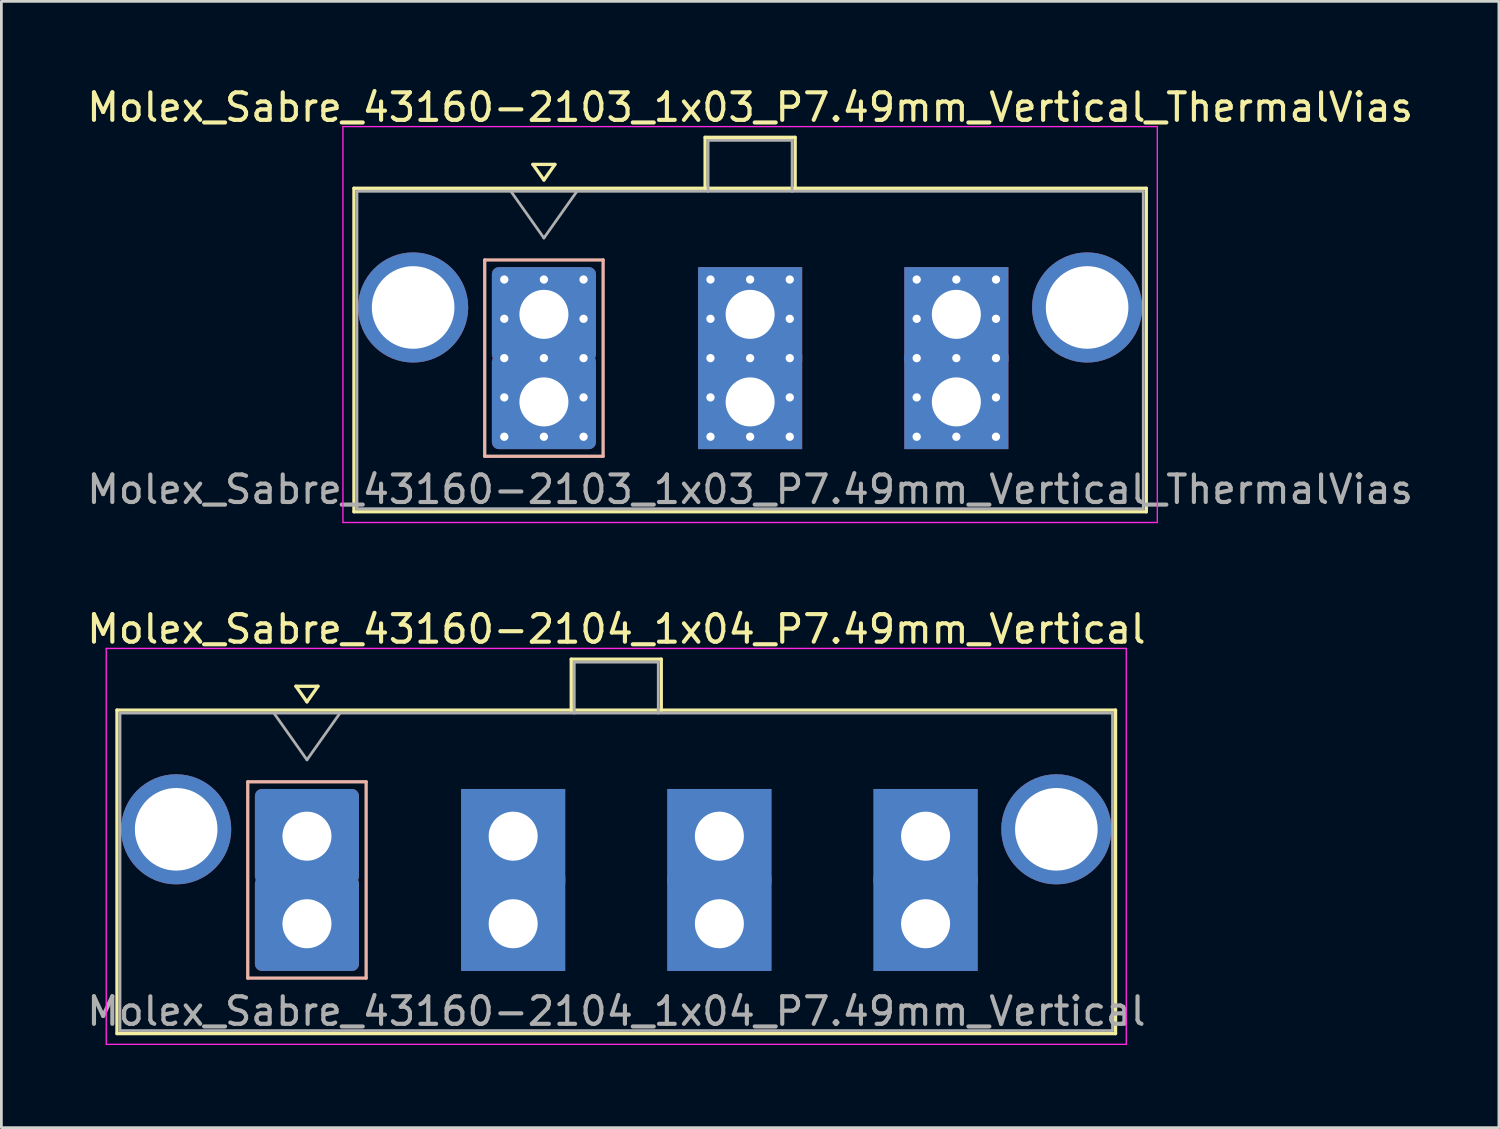
<source format=kicad_pcb>
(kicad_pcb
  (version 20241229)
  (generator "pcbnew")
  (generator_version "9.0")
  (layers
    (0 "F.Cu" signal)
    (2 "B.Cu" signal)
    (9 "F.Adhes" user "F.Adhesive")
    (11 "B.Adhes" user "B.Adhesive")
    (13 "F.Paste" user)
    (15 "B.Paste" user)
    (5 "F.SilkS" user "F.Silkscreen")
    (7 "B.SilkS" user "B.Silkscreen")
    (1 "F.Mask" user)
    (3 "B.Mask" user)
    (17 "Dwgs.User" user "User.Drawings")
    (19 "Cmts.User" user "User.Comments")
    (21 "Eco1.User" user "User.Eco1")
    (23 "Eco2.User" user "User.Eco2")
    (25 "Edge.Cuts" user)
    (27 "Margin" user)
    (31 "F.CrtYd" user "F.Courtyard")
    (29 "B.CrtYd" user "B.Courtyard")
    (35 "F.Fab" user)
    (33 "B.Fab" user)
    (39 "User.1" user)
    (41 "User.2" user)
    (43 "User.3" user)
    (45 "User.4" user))
  (footprint "Molex_Sabre_43160-2104_1x04_P7.49mm_Vertical"
    (layer "F.Cu")
    (at 8.099 30.502)
    (property "Reference" "Molex_Sabre_43160-2104_1x04_P7.49mm_Vertical" (at 11.24 -10.7 0) (layer "F.SilkS") (effects (font (size 1 1) (thickness 0.15))))
    (attr through_hole)
    (fp_line (start -6.9 -7.76) (end -6.9 3.99) (stroke (width 0.12) (type solid)) (layer "F.SilkS"))
    (fp_line (start -6.9 3.99) (end 29.37 3.99) (stroke (width 0.12) (type solid)) (layer "F.SilkS"))
    (fp_line (start -0.4 -8.626) (end 0 -8.06) (stroke (width 0.12) (type solid)) (layer "F.SilkS"))
    (fp_line (start 0 -8.06) (end 0.4 -8.626) (stroke (width 0.12) (type solid)) (layer "F.SilkS"))
    (fp_line (start 0.4 -8.626) (end -0.4 -8.626) (stroke (width 0.12) (type solid)) (layer "F.SilkS"))
    (fp_line (start 9.6 -9.61) (end 12.87 -9.61) (stroke (width 0.12) (type solid)) (layer "F.SilkS"))
    (fp_line (start 9.6 -7.76) (end 9.6 -9.61) (stroke (width 0.12) (type solid)) (layer "F.SilkS"))
    (fp_line (start 12.87 -9.61) (end 12.87 -7.76) (stroke (width 0.12) (type solid)) (layer "F.SilkS"))
    (fp_line (start 29.37 -7.76) (end -6.9 -7.76) (stroke (width 0.12) (type solid)) (layer "F.SilkS"))
    (fp_line (start 29.37 3.99) (end 29.37 -7.76) (stroke (width 0.12) (type solid)) (layer "F.SilkS"))
    (fp_line (start -2.15 -5.155) (end -2.15 1.975) (stroke (width 0.12) (type solid)) (layer "B.SilkS"))
    (fp_line (start -2.15 1.975) (end 2.15 1.975) (stroke (width 0.12) (type solid)) (layer "B.SilkS"))
    (fp_line (start 2.15 -5.155) (end -2.15 -5.155) (stroke (width 0.12) (type solid)) (layer "B.SilkS"))
    (fp_line (start 2.15 1.975) (end 2.15 -5.155) (stroke (width 0.12) (type solid)) (layer "B.SilkS"))
    (fp_line (start -7.29 -10) (end -7.29 4.38) (stroke (width 0.05) (type solid)) (layer "F.CrtYd"))
    (fp_line (start -7.29 4.38) (end 29.76 4.38) (stroke (width 0.05) (type solid)) (layer "F.CrtYd"))
    (fp_line (start 29.76 -10) (end -7.29 -10) (stroke (width 0.05) (type solid)) (layer "F.CrtYd"))
    (fp_line (start 29.76 4.38) (end 29.76 -10) (stroke (width 0.05) (type solid)) (layer "F.CrtYd"))
    (fp_line (start -6.79 -7.65) (end -6.79 3.88) (stroke (width 0.1) (type solid)) (layer "F.Fab"))
    (fp_line (start -6.79 3.88) (end 29.26 3.88) (stroke (width 0.1) (type solid)) (layer "F.Fab"))
    (fp_line (start -1.2 -7.65) (end 0 -5.953) (stroke (width 0.1) (type solid)) (layer "F.Fab"))
    (fp_line (start 0 -5.953) (end 1.2 -7.65) (stroke (width 0.1) (type solid)) (layer "F.Fab"))
    (fp_line (start 9.71 -9.5) (end 12.76 -9.5) (stroke (width 0.1) (type solid)) (layer "F.Fab"))
    (fp_line (start 9.71 -7.65) (end 9.71 -9.5) (stroke (width 0.1) (type solid)) (layer "F.Fab"))
    (fp_line (start 12.76 -9.5) (end 12.76 -7.65) (stroke (width 0.1) (type solid)) (layer "F.Fab"))
    (fp_line (start 29.26 -7.65) (end -6.79 -7.65) (stroke (width 0.1) (type solid)) (layer "F.Fab"))
    (fp_line (start 29.26 3.88) (end 29.26 -7.65) (stroke (width 0.1) (type solid)) (layer "F.Fab"))
    (fp_text user "${REFERENCE}" (at 11.24 3.18 0) (layer "F.Fab") (effects (font (size 1 1) (thickness 0.15))))
    (pad "" thru_hole circle (at -4.75 -3.43) (size 4 4) (drill 3) (layers "*.Cu" "*.Mask"))
    (pad "" thru_hole circle (at 27.22 -3.43) (size 4 4) (drill 3) (layers "*.Cu" "*.Mask"))
    (pad "1" thru_hole roundrect (at 0 -3.18) (size 3.78 3.43) (drill 1.78) (layers "*.Cu" "*.Mask") (roundrect_rratio 0.073))
    (pad "1" thru_hole roundrect (at 0 0) (size 3.78 3.43) (drill 1.78) (layers "*.Cu" "*.Mask") (roundrect_rratio 0.073))
    (pad "2" thru_hole rect (at 7.49 -3.18) (size 3.78 3.43) (drill 1.78) (layers "*.Cu" "*.Mask"))
    (pad "2" thru_hole rect (at 7.49 0) (size 3.78 3.43) (drill 1.78) (layers "*.Cu" "*.Mask"))
    (pad "3" thru_hole rect (at 14.98 -3.18) (size 3.78 3.43) (drill 1.78) (layers "*.Cu" "*.Mask"))
    (pad "3" thru_hole rect (at 14.98 0) (size 3.78 3.43) (drill 1.78) (layers "*.Cu" "*.Mask"))
    (pad "4" thru_hole rect (at 22.47 -3.18) (size 3.78 3.43) (drill 1.78) (layers "*.Cu" "*.Mask"))
    (pad "4" thru_hole rect (at 22.47 0) (size 3.78 3.43) (drill 1.78) (layers "*.Cu" "*.Mask")))
  (footprint "Molex_Sabre_43160-2103_1x03_P7.49mm_Vertical_ThermalVias"
    (layer "F.Cu")
    (at 16.706 11.548)
    (property "Reference" "Molex_Sabre_43160-2103_1x03_P7.49mm_Vertical_ThermalVias" (at 7.49 -10.7 0) (layer "F.SilkS") (effects (font (size 1 1) (thickness 0.15))))
    (attr through_hole)
    (fp_line (start -6.9 -7.76) (end -6.9 3.99) (stroke (width 0.12) (type solid)) (layer "F.SilkS"))
    (fp_line (start -6.9 3.99) (end 21.88 3.99) (stroke (width 0.12) (type solid)) (layer "F.SilkS"))
    (fp_line (start -0.4 -8.626) (end 0 -8.06) (stroke (width 0.12) (type solid)) (layer "F.SilkS"))
    (fp_line (start 0 -8.06) (end 0.4 -8.626) (stroke (width 0.12) (type solid)) (layer "F.SilkS"))
    (fp_line (start 0.4 -8.626) (end -0.4 -8.626) (stroke (width 0.12) (type solid)) (layer "F.SilkS"))
    (fp_line (start 5.855 -9.61) (end 9.125 -9.61) (stroke (width 0.12) (type solid)) (layer "F.SilkS"))
    (fp_line (start 5.855 -7.76) (end 5.855 -9.61) (stroke (width 0.12) (type solid)) (layer "F.SilkS"))
    (fp_line (start 9.125 -9.61) (end 9.125 -7.76) (stroke (width 0.12) (type solid)) (layer "F.SilkS"))
    (fp_line (start 21.88 -7.76) (end -6.9 -7.76) (stroke (width 0.12) (type solid)) (layer "F.SilkS"))
    (fp_line (start 21.88 3.99) (end 21.88 -7.76) (stroke (width 0.12) (type solid)) (layer "F.SilkS"))
    (fp_line (start -2.15 -5.155) (end -2.15 1.975) (stroke (width 0.12) (type solid)) (layer "B.SilkS"))
    (fp_line (start -2.15 1.975) (end 2.15 1.975) (stroke (width 0.12) (type solid)) (layer "B.SilkS"))
    (fp_line (start 2.15 -5.155) (end -2.15 -5.155) (stroke (width 0.12) (type solid)) (layer "B.SilkS"))
    (fp_line (start 2.15 1.975) (end 2.15 -5.155) (stroke (width 0.12) (type solid)) (layer "B.SilkS"))
    (fp_line (start -7.3 -10) (end -7.3 4.38) (stroke (width 0.05) (type solid)) (layer "F.CrtYd"))
    (fp_line (start -7.3 4.38) (end 22.28 4.38) (stroke (width 0.05) (type solid)) (layer "F.CrtYd"))
    (fp_line (start 22.28 -10) (end -7.3 -10) (stroke (width 0.05) (type solid)) (layer "F.CrtYd"))
    (fp_line (start 22.28 4.38) (end 22.28 -10) (stroke (width 0.05) (type solid)) (layer "F.CrtYd"))
    (fp_line (start -6.79 -7.65) (end -6.79 3.88) (stroke (width 0.1) (type solid)) (layer "F.Fab"))
    (fp_line (start -6.79 3.88) (end 21.77 3.88) (stroke (width 0.1) (type solid)) (layer "F.Fab"))
    (fp_line (start -1.2 -7.65) (end 0 -5.953) (stroke (width 0.1) (type solid)) (layer "F.Fab"))
    (fp_line (start 0 -5.953) (end 1.2 -7.65) (stroke (width 0.1) (type solid)) (layer "F.Fab"))
    (fp_line (start 5.965 -9.5) (end 9.015 -9.5) (stroke (width 0.1) (type solid)) (layer "F.Fab"))
    (fp_line (start 5.965 -7.65) (end 5.965 -9.5) (stroke (width 0.1) (type solid)) (layer "F.Fab"))
    (fp_line (start 9.015 -9.5) (end 9.015 -7.65) (stroke (width 0.1) (type solid)) (layer "F.Fab"))
    (fp_line (start 21.77 -7.65) (end -6.79 -7.65) (stroke (width 0.1) (type solid)) (layer "F.Fab"))
    (fp_line (start 21.77 3.88) (end 21.77 -7.65) (stroke (width 0.1) (type solid)) (layer "F.Fab"))
    (fp_text user "${REFERENCE}" (at 7.49 3.18 0) (layer "F.Fab") (effects (font (size 1 1) (thickness 0.15))))
    (pad "" thru_hole circle (at -4.75 -3.43) (size 4 4) (drill 3) (layers "*.Cu" "*.Mask"))
    (pad "" thru_hole circle (at 19.73 -3.43) (size 4 4) (drill 3) (layers "*.Cu" "*.Mask"))
    (pad "1" thru_hole roundrect (at -1.44 -4.445) (size 0.6 0.6) (drill 0.3) (layers "*.Cu" "*.Mask") (roundrect_rratio 0.25))
    (pad "1" thru_hole roundrect (at -1.44 -3.018) (size 0.6 0.6) (drill 0.3) (layers "*.Cu" "*.Mask") (roundrect_rratio 0.25))
    (pad "1" thru_hole roundrect (at -1.44 -1.59) (size 0.6 0.6) (drill 0.3) (layers "*.Cu" "*.Mask") (roundrect_rratio 0.25))
    (pad "1" thru_hole roundrect (at -1.44 -0.163) (size 0.6 0.6) (drill 0.3) (layers "*.Cu" "*.Mask") (roundrect_rratio 0.25))
    (pad "1" thru_hole roundrect (at -1.44 1.265) (size 0.6 0.6) (drill 0.3) (layers "*.Cu" "*.Mask") (roundrect_rratio 0.25))
    (pad "1" thru_hole roundrect (at 0 -4.445) (size 0.6 0.6) (drill 0.3) (layers "*.Cu" "*.Mask") (roundrect_rratio 0.25))
    (pad "1" thru_hole roundrect (at 0 -3.18) (size 3.78 3.43) (drill 1.78) (layers "*.Cu" "*.Mask") (roundrect_rratio 0.073))
    (pad "1" thru_hole roundrect (at 0 -1.59) (size 0.6 0.6) (drill 0.3) (layers "*.Cu" "*.Mask") (roundrect_rratio 0.25))
    (pad "1" thru_hole roundrect (at 0 0) (size 3.78 3.43) (drill 1.78) (layers "*.Cu" "*.Mask") (roundrect_rratio 0.073))
    (pad "1" thru_hole roundrect (at 0 1.265) (size 0.6 0.6) (drill 0.3) (layers "*.Cu" "*.Mask") (roundrect_rratio 0.25))
    (pad "1" thru_hole roundrect (at 1.44 -4.445) (size 0.6 0.6) (drill 0.3) (layers "*.Cu" "*.Mask") (roundrect_rratio 0.25))
    (pad "1" thru_hole roundrect (at 1.44 -3.018) (size 0.6 0.6) (drill 0.3) (layers "*.Cu" "*.Mask") (roundrect_rratio 0.25))
    (pad "1" thru_hole roundrect (at 1.44 -1.59) (size 0.6 0.6) (drill 0.3) (layers "*.Cu" "*.Mask") (roundrect_rratio 0.25))
    (pad "1" thru_hole roundrect (at 1.44 -0.163) (size 0.6 0.6) (drill 0.3) (layers "*.Cu" "*.Mask") (roundrect_rratio 0.25))
    (pad "1" thru_hole roundrect (at 1.44 1.265) (size 0.6 0.6) (drill 0.3) (layers "*.Cu" "*.Mask") (roundrect_rratio 0.25))
    (pad "2" thru_hole circle (at 6.05 -4.445) (size 0.6 0.6) (drill 0.3) (layers "*.Cu" "*.Mask"))
    (pad "2" thru_hole circle (at 6.05 -3.018) (size 0.6 0.6) (drill 0.3) (layers "*.Cu" "*.Mask"))
    (pad "2" thru_hole circle (at 6.05 -1.59) (size 0.6 0.6) (drill 0.3) (layers "*.Cu" "*.Mask"))
    (pad "2" thru_hole circle (at 6.05 -0.163) (size 0.6 0.6) (drill 0.3) (layers "*.Cu" "*.Mask"))
    (pad "2" thru_hole circle (at 6.05 1.265) (size 0.6 0.6) (drill 0.3) (layers "*.Cu" "*.Mask"))
    (pad "2" thru_hole circle (at 7.49 -4.445) (size 0.6 0.6) (drill 0.3) (layers "*.Cu" "*.Mask"))
    (pad "2" thru_hole rect (at 7.49 -3.18) (size 3.78 3.43) (drill 1.78) (layers "*.Cu" "*.Mask"))
    (pad "2" thru_hole circle (at 7.49 -1.59) (size 0.6 0.6) (drill 0.3) (layers "*.Cu" "*.Mask"))
    (pad "2" thru_hole rect (at 7.49 0) (size 3.78 3.43) (drill 1.78) (layers "*.Cu" "*.Mask"))
    (pad "2" thru_hole circle (at 7.49 1.265) (size 0.6 0.6) (drill 0.3) (layers "*.Cu" "*.Mask"))
    (pad "2" thru_hole circle (at 8.93 -4.445) (size 0.6 0.6) (drill 0.3) (layers "*.Cu" "*.Mask"))
    (pad "2" thru_hole circle (at 8.93 -3.018) (size 0.6 0.6) (drill 0.3) (layers "*.Cu" "*.Mask"))
    (pad "2" thru_hole circle (at 8.93 -1.59) (size 0.6 0.6) (drill 0.3) (layers "*.Cu" "*.Mask"))
    (pad "2" thru_hole circle (at 8.93 -0.163) (size 0.6 0.6) (drill 0.3) (layers "*.Cu" "*.Mask"))
    (pad "2" thru_hole circle (at 8.93 1.265) (size 0.6 0.6) (drill 0.3) (layers "*.Cu" "*.Mask"))
    (pad "3" thru_hole circle (at 13.54 -4.445) (size 0.6 0.6) (drill 0.3) (layers "*.Cu" "*.Mask"))
    (pad "3" thru_hole circle (at 13.54 -3.018) (size 0.6 0.6) (drill 0.3) (layers "*.Cu" "*.Mask"))
    (pad "3" thru_hole circle (at 13.54 -1.59) (size 0.6 0.6) (drill 0.3) (layers "*.Cu" "*.Mask"))
    (pad "3" thru_hole circle (at 13.54 -0.163) (size 0.6 0.6) (drill 0.3) (layers "*.Cu" "*.Mask"))
    (pad "3" thru_hole circle (at 13.54 1.265) (size 0.6 0.6) (drill 0.3) (layers "*.Cu" "*.Mask"))
    (pad "3" thru_hole circle (at 14.98 -4.445) (size 0.6 0.6) (drill 0.3) (layers "*.Cu" "*.Mask"))
    (pad "3" thru_hole rect (at 14.98 -3.18) (size 3.78 3.43) (drill 1.78) (layers "*.Cu" "*.Mask"))
    (pad "3" thru_hole circle (at 14.98 -1.59) (size 0.6 0.6) (drill 0.3) (layers "*.Cu" "*.Mask"))
    (pad "3" thru_hole rect (at 14.98 0) (size 3.78 3.43) (drill 1.78) (layers "*.Cu" "*.Mask"))
    (pad "3" thru_hole circle (at 14.98 1.265) (size 0.6 0.6) (drill 0.3) (layers "*.Cu" "*.Mask"))
    (pad "3" thru_hole circle (at 16.42 -4.445) (size 0.6 0.6) (drill 0.3) (layers "*.Cu" "*.Mask"))
    (pad "3" thru_hole circle (at 16.42 -3.018) (size 0.6 0.6) (drill 0.3) (layers "*.Cu" "*.Mask"))
    (pad "3" thru_hole circle (at 16.42 -1.59) (size 0.6 0.6) (drill 0.3) (layers "*.Cu" "*.Mask"))
    (pad "3" thru_hole circle (at 16.42 -0.163) (size 0.6 0.6) (drill 0.3) (layers "*.Cu" "*.Mask"))
    (pad "3" thru_hole circle (at 16.42 1.265) (size 0.6 0.6) (drill 0.3) (layers "*.Cu" "*.Mask")))
  (gr_rect
    (start -3 -3)
    (end 51.393 37.907)
    (stroke (width 0.1) (type default))
    (fill no)
    (layer "Edge.Cuts")))
</source>
